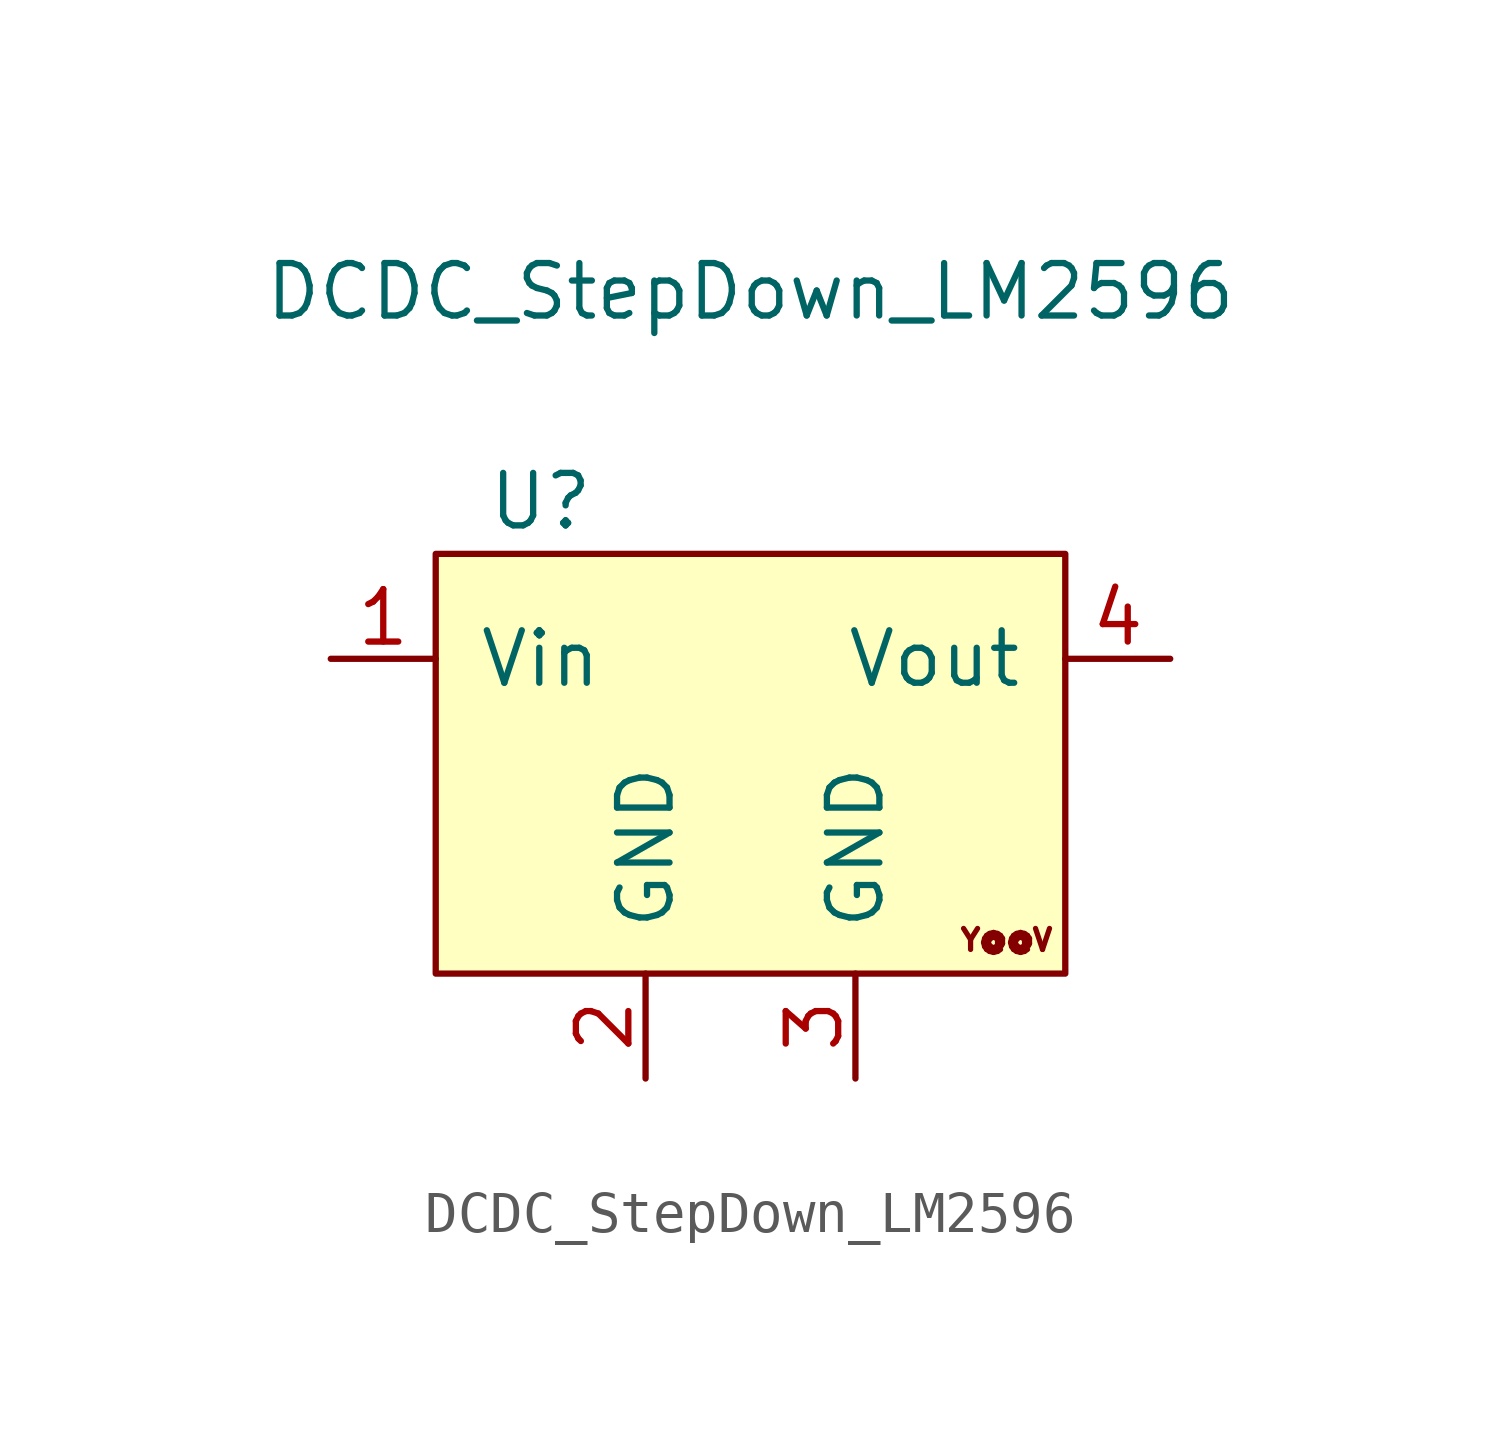
<source format=kicad_sym>
(kicad_symbol_lib
  (version 20220914)
  (generator kicad_symbol_editor)
  (symbol "DCDC_StepDown_LM2596"
    (pin_names
      (offset 1.016))
    (property "Reference" "U"
      (at -5.08 6.35 0)
      (effects (font (size 1.27 1.27))))
    (property "Value" "DCDC_StepDown_LM2596"
      (at 0 11.43 0)
      (effects (font (size 1.27 1.27))))
    (symbol "DCDC_StepDown_LM2596_0_1"
      (rectangle (start -7.62 5.08) (end 7.62 -5.08) (stroke (width 0) (type solid)) (fill (type background))))
    (symbol "DCDC_StepDown_LM2596_1_1"
      (text "Y@@V" (at 6.198 -4.267 0) (effects (font (size 0.508 0.508))))
      (pin power_in line (at -10.16 2.54 0) (length 2.54) (name "Vin" (effects (font (size 1.27 1.27)))) (number "1" (effects (font (size 1.27 1.27)))))
      (pin power_in line (at -2.54 -7.62 90) (length 2.54) (name "GND" (effects (font (size 1.27 1.27)))) (number "2" (effects (font (size 1.27 1.27)))))
      (pin power_in line (at 2.54 -7.62 90) (length 2.54) (name "GND" (effects (font (size 1.27 1.27)))) (number "3" (effects (font (size 1.27 1.27)))))
      (pin power_out line (at 10.16 2.54 180) (length 2.54) (name "Vout" (effects (font (size 1.27 1.27)))) (number "4" (effects (font (size 1.27 1.27))))))))
</source>
